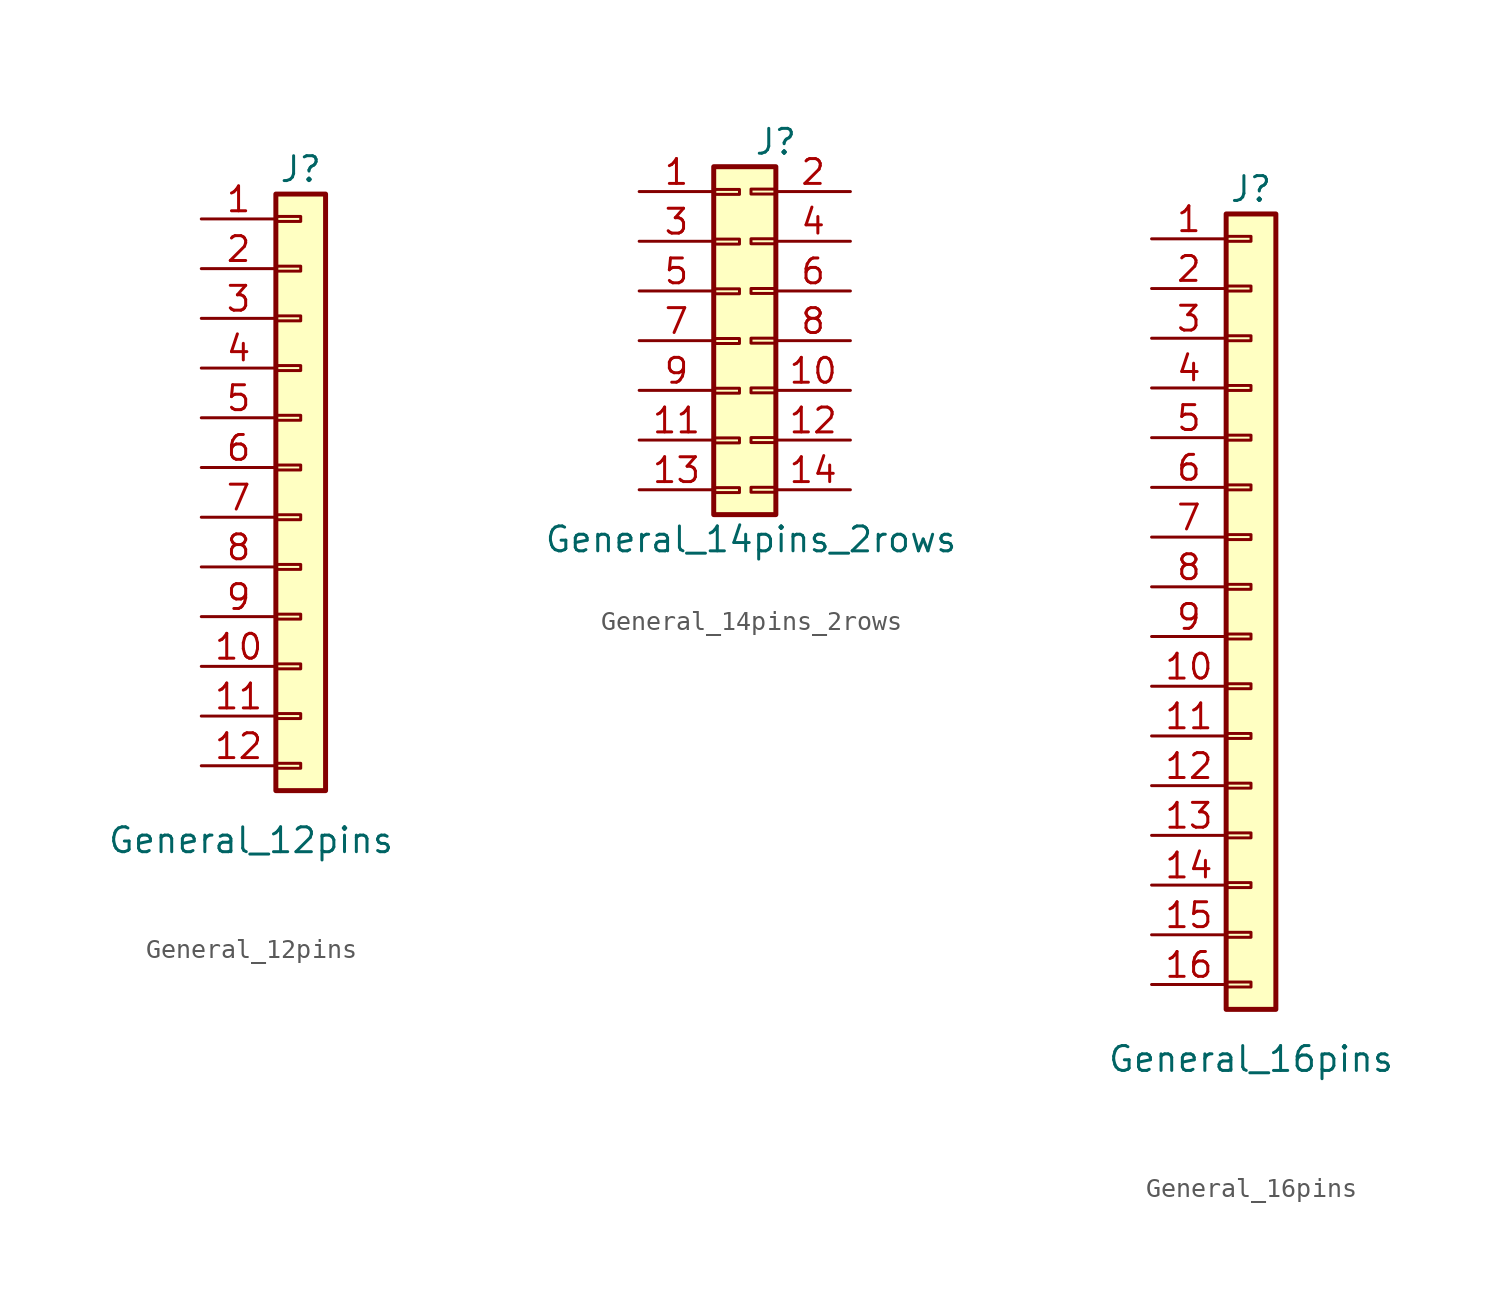
<source format=kicad_sym>
(kicad_symbol_lib
  (version 20231120)
  (generator "kicad_symbol_editor")
  (generator_version "8.0")
  (symbol "General_12pins"
    (pin_names
      (offset 1.016) hide)
    (property "Reference" "J"
      (at 1.27 16.51 0)
      (effects (font (size 1.27 1.27))))
    (property "Value" "General_12pins"
      (at -1.27 -17.78 0)
      (effects (font (size 1.27 1.27))))
    (symbol "General_12pins_1_1"
      (rectangle (start 0 -13.843) (end 1.27 -14.097) (stroke (width 0.152) (type default)) (fill (type none)))
      (rectangle (start 0 -11.303) (end 1.27 -11.557) (stroke (width 0.152) (type default)) (fill (type none)))
      (rectangle (start 0 -8.763) (end 1.27 -9.017) (stroke (width 0.152) (type default)) (fill (type none)))
      (rectangle (start 0 -6.223) (end 1.27 -6.477) (stroke (width 0.152) (type default)) (fill (type none)))
      (rectangle (start 0 -3.683) (end 1.27 -3.937) (stroke (width 0.152) (type default)) (fill (type none)))
      (rectangle (start 0 -1.143) (end 1.27 -1.397) (stroke (width 0.152) (type default)) (fill (type none)))
      (rectangle (start 0 1.397) (end 1.27 1.143) (stroke (width 0.152) (type default)) (fill (type none)))
      (rectangle (start 0 3.937) (end 1.27 3.683) (stroke (width 0.152) (type default)) (fill (type none)))
      (rectangle (start 0 6.477) (end 1.27 6.223) (stroke (width 0.152) (type default)) (fill (type none)))
      (rectangle (start 0 9.017) (end 1.27 8.763) (stroke (width 0.152) (type default)) (fill (type none)))
      (rectangle (start 0 11.557) (end 1.27 11.303) (stroke (width 0.152) (type default)) (fill (type none)))
      (rectangle (start 0 14.097) (end 1.27 13.843) (stroke (width 0.152) (type default)) (fill (type none)))
      (rectangle (start 0 15.24) (end 2.54 -15.24) (stroke (width 0.254) (type default)) (fill (type background)))
      (pin passive line (at -3.81 13.97 0) (length 3.81) (name "Pin_1" (effects (font (size 1.27 1.27)))) (number "1" (effects (font (size 1.27 1.27)))))
      (pin passive line (at -3.81 -8.89 0) (length 3.81) (name "Pin_10" (effects (font (size 1.27 1.27)))) (number "10" (effects (font (size 1.27 1.27)))))
      (pin passive line (at -3.81 -11.43 0) (length 3.81) (name "Pin_11" (effects (font (size 1.27 1.27)))) (number "11" (effects (font (size 1.27 1.27)))))
      (pin passive line (at -3.81 -13.97 0) (length 3.81) (name "Pin_12" (effects (font (size 1.27 1.27)))) (number "12" (effects (font (size 1.27 1.27)))))
      (pin passive line (at -3.81 11.43 0) (length 3.81) (name "Pin_2" (effects (font (size 1.27 1.27)))) (number "2" (effects (font (size 1.27 1.27)))))
      (pin passive line (at -3.81 8.89 0) (length 3.81) (name "Pin_3" (effects (font (size 1.27 1.27)))) (number "3" (effects (font (size 1.27 1.27)))))
      (pin passive line (at -3.81 6.35 0) (length 3.81) (name "Pin_4" (effects (font (size 1.27 1.27)))) (number "4" (effects (font (size 1.27 1.27)))))
      (pin passive line (at -3.81 3.81 0) (length 3.81) (name "Pin_5" (effects (font (size 1.27 1.27)))) (number "5" (effects (font (size 1.27 1.27)))))
      (pin passive line (at -3.81 1.27 0) (length 3.81) (name "Pin_6" (effects (font (size 1.27 1.27)))) (number "6" (effects (font (size 1.27 1.27)))))
      (pin passive line (at -3.81 -1.27 0) (length 3.81) (name "Pin_7" (effects (font (size 1.27 1.27)))) (number "7" (effects (font (size 1.27 1.27)))))
      (pin passive line (at -3.81 -3.81 0) (length 3.81) (name "Pin_8" (effects (font (size 1.27 1.27)))) (number "8" (effects (font (size 1.27 1.27)))))
      (pin passive line (at -3.81 -6.35 0) (length 3.81) (name "Pin_9" (effects (font (size 1.27 1.27)))) (number "9" (effects (font (size 1.27 1.27)))))))
  (symbol "General_14pins_2rows"
    (pin_names
      (offset 1.016) hide)
    (property "Reference" "J"
      (at 1.27 10.16 0)
      (effects (font (size 1.27 1.27))))
    (property "Value" "General_14pins_2rows"
      (at 0 -10.16 0)
      (effects (font (size 1.27 1.27))))
    (symbol "General_14pins_2rows_1_1"
      (rectangle (start -1.905 8.89) (end 1.27 -8.89) (stroke (width 0.254) (type default)) (fill (type background)))
      (rectangle (start -1.859 -7.51) (end -0.589 -7.764) (stroke (width 0.152) (type default)) (fill (type none)))
      (rectangle (start -1.859 -4.97) (end -0.589 -5.224) (stroke (width 0.152) (type default)) (fill (type none)))
      (rectangle (start -1.859 -2.43) (end -0.589 -2.684) (stroke (width 0.152) (type default)) (fill (type none)))
      (rectangle (start -1.859 0.11) (end -0.589 -0.144) (stroke (width 0.152) (type default)) (fill (type none)))
      (rectangle (start -1.859 2.65) (end -0.589 2.396) (stroke (width 0.152) (type default)) (fill (type none)))
      (rectangle (start -1.859 5.19) (end -0.589 4.936) (stroke (width 0.152) (type default)) (fill (type none)))
      (rectangle (start -1.859 7.73) (end -0.589 7.476) (stroke (width 0.152) (type default)) (fill (type none)))
      (rectangle (start 1.27 -7.747) (end 0 -7.493) (stroke (width 0.152) (type default)) (fill (type none)))
      (rectangle (start 1.27 -5.207) (end 0 -4.953) (stroke (width 0.152) (type default)) (fill (type none)))
      (rectangle (start 1.27 -2.667) (end 0 -2.413) (stroke (width 0.152) (type default)) (fill (type none)))
      (rectangle (start 1.27 -0.127) (end 0 0.127) (stroke (width 0.152) (type default)) (fill (type none)))
      (rectangle (start 1.27 2.413) (end 0 2.667) (stroke (width 0.152) (type default)) (fill (type none)))
      (rectangle (start 1.27 4.953) (end 0 5.207) (stroke (width 0.152) (type default)) (fill (type none)))
      (rectangle (start 1.27 7.493) (end 0 7.747) (stroke (width 0.152) (type default)) (fill (type none)))
      (pin passive line (at -5.715 7.62 0) (length 3.81) (name "Pin_1" (effects (font (size 1.27 1.27)))) (number "1" (effects (font (size 1.27 1.27)))))
      (pin passive line (at 5.08 -2.54 180) (length 3.81) (name "Pin_10" (effects (font (size 1.27 1.27)))) (number "10" (effects (font (size 1.27 1.27)))))
      (pin passive line (at -5.715 -5.08 0) (length 3.81) (name "Pin_11" (effects (font (size 1.27 1.27)))) (number "11" (effects (font (size 1.27 1.27)))))
      (pin passive line (at 5.08 -5.08 180) (length 3.81) (name "Pin_12" (effects (font (size 1.27 1.27)))) (number "12" (effects (font (size 1.27 1.27)))))
      (pin passive line (at -5.715 -7.62 0) (length 3.81) (name "Pin_13" (effects (font (size 1.27 1.27)))) (number "13" (effects (font (size 1.27 1.27)))))
      (pin passive line (at 5.08 -7.62 180) (length 3.81) (name "Pin_14" (effects (font (size 1.27 1.27)))) (number "14" (effects (font (size 1.27 1.27)))))
      (pin passive line (at 5.08 7.62 180) (length 3.81) (name "Pin_2" (effects (font (size 1.27 1.27)))) (number "2" (effects (font (size 1.27 1.27)))))
      (pin passive line (at -5.715 5.08 0) (length 3.81) (name "Pin_3" (effects (font (size 1.27 1.27)))) (number "3" (effects (font (size 1.27 1.27)))))
      (pin passive line (at 5.08 5.08 180) (length 3.81) (name "Pin_4" (effects (font (size 1.27 1.27)))) (number "4" (effects (font (size 1.27 1.27)))))
      (pin passive line (at -5.715 2.54 0) (length 3.81) (name "Pin_5" (effects (font (size 1.27 1.27)))) (number "5" (effects (font (size 1.27 1.27)))))
      (pin passive line (at 5.08 2.54 180) (length 3.81) (name "Pin_6" (effects (font (size 1.27 1.27)))) (number "6" (effects (font (size 1.27 1.27)))))
      (pin passive line (at -5.715 0 0) (length 3.81) (name "Pin_7" (effects (font (size 1.27 1.27)))) (number "7" (effects (font (size 1.27 1.27)))))
      (pin passive line (at 5.08 0 180) (length 3.81) (name "Pin_8" (effects (font (size 1.27 1.27)))) (number "8" (effects (font (size 1.27 1.27)))))
      (pin passive line (at -5.715 -2.54 0) (length 3.81) (name "Pin_9" (effects (font (size 1.27 1.27)))) (number "9" (effects (font (size 1.27 1.27)))))))
  (symbol "General_16pins"
    (pin_names
      (offset 1.016) hide)
    (property "Reference" "J"
      (at 1.27 21.59 0)
      (effects (font (size 1.27 1.27))))
    (property "Value" "General_16pins"
      (at 1.27 -22.86 0)
      (effects (font (size 1.27 1.27))))
    (symbol "General_16pins_1_1"
      (rectangle (start 0 -18.923) (end 1.27 -19.177) (stroke (width 0.152) (type default)) (fill (type none)))
      (rectangle (start 0 -16.383) (end 1.27 -16.637) (stroke (width 0.152) (type default)) (fill (type none)))
      (rectangle (start 0 -13.843) (end 1.27 -14.097) (stroke (width 0.152) (type default)) (fill (type none)))
      (rectangle (start 0 -11.303) (end 1.27 -11.557) (stroke (width 0.152) (type default)) (fill (type none)))
      (rectangle (start 0 -8.763) (end 1.27 -9.017) (stroke (width 0.152) (type default)) (fill (type none)))
      (rectangle (start 0 -6.223) (end 1.27 -6.477) (stroke (width 0.152) (type default)) (fill (type none)))
      (rectangle (start 0 -3.683) (end 1.27 -3.937) (stroke (width 0.152) (type default)) (fill (type none)))
      (rectangle (start 0 -1.143) (end 1.27 -1.397) (stroke (width 0.152) (type default)) (fill (type none)))
      (rectangle (start 0 1.397) (end 1.27 1.143) (stroke (width 0.152) (type default)) (fill (type none)))
      (rectangle (start 0 3.937) (end 1.27 3.683) (stroke (width 0.152) (type default)) (fill (type none)))
      (rectangle (start 0 6.477) (end 1.27 6.223) (stroke (width 0.152) (type default)) (fill (type none)))
      (rectangle (start 0 9.017) (end 1.27 8.763) (stroke (width 0.152) (type default)) (fill (type none)))
      (rectangle (start 0 11.557) (end 1.27 11.303) (stroke (width 0.152) (type default)) (fill (type none)))
      (rectangle (start 0 14.097) (end 1.27 13.843) (stroke (width 0.152) (type default)) (fill (type none)))
      (rectangle (start 0 16.637) (end 1.27 16.383) (stroke (width 0.152) (type default)) (fill (type none)))
      (rectangle (start 0 19.177) (end 1.27 18.923) (stroke (width 0.152) (type default)) (fill (type none)))
      (rectangle (start 0 20.32) (end 2.54 -20.32) (stroke (width 0.254) (type default)) (fill (type background)))
      (pin passive line (at -3.81 19.05 0) (length 3.81) (name "Pin_1" (effects (font (size 1.27 1.27)))) (number "1" (effects (font (size 1.27 1.27)))))
      (pin passive line (at -3.81 -3.81 0) (length 3.81) (name "Pin_10" (effects (font (size 1.27 1.27)))) (number "10" (effects (font (size 1.27 1.27)))))
      (pin passive line (at -3.81 -6.35 0) (length 3.81) (name "Pin_11" (effects (font (size 1.27 1.27)))) (number "11" (effects (font (size 1.27 1.27)))))
      (pin passive line (at -3.81 -8.89 0) (length 3.81) (name "Pin_12" (effects (font (size 1.27 1.27)))) (number "12" (effects (font (size 1.27 1.27)))))
      (pin passive line (at -3.81 -11.43 0) (length 3.81) (name "Pin_13" (effects (font (size 1.27 1.27)))) (number "13" (effects (font (size 1.27 1.27)))))
      (pin passive line (at -3.81 -13.97 0) (length 3.81) (name "Pin_14" (effects (font (size 1.27 1.27)))) (number "14" (effects (font (size 1.27 1.27)))))
      (pin passive line (at -3.81 -16.51 0) (length 3.81) (name "Pin_15" (effects (font (size 1.27 1.27)))) (number "15" (effects (font (size 1.27 1.27)))))
      (pin passive line (at -3.81 -19.05 0) (length 3.81) (name "Pin_16" (effects (font (size 1.27 1.27)))) (number "16" (effects (font (size 1.27 1.27)))))
      (pin passive line (at -3.81 16.51 0) (length 3.81) (name "Pin_2" (effects (font (size 1.27 1.27)))) (number "2" (effects (font (size 1.27 1.27)))))
      (pin passive line (at -3.81 13.97 0) (length 3.81) (name "Pin_3" (effects (font (size 1.27 1.27)))) (number "3" (effects (font (size 1.27 1.27)))))
      (pin passive line (at -3.81 11.43 0) (length 3.81) (name "Pin_4" (effects (font (size 1.27 1.27)))) (number "4" (effects (font (size 1.27 1.27)))))
      (pin passive line (at -3.81 8.89 0) (length 3.81) (name "Pin_5" (effects (font (size 1.27 1.27)))) (number "5" (effects (font (size 1.27 1.27)))))
      (pin passive line (at -3.81 6.35 0) (length 3.81) (name "Pin_6" (effects (font (size 1.27 1.27)))) (number "6" (effects (font (size 1.27 1.27)))))
      (pin passive line (at -3.81 3.81 0) (length 3.81) (name "Pin_7" (effects (font (size 1.27 1.27)))) (number "7" (effects (font (size 1.27 1.27)))))
      (pin passive line (at -3.81 1.27 0) (length 3.81) (name "Pin_8" (effects (font (size 1.27 1.27)))) (number "8" (effects (font (size 1.27 1.27)))))
      (pin passive line (at -3.81 -1.27 0) (length 3.81) (name "Pin_9" (effects (font (size 1.27 1.27)))) (number "9" (effects (font (size 1.27 1.27))))))))
</source>
